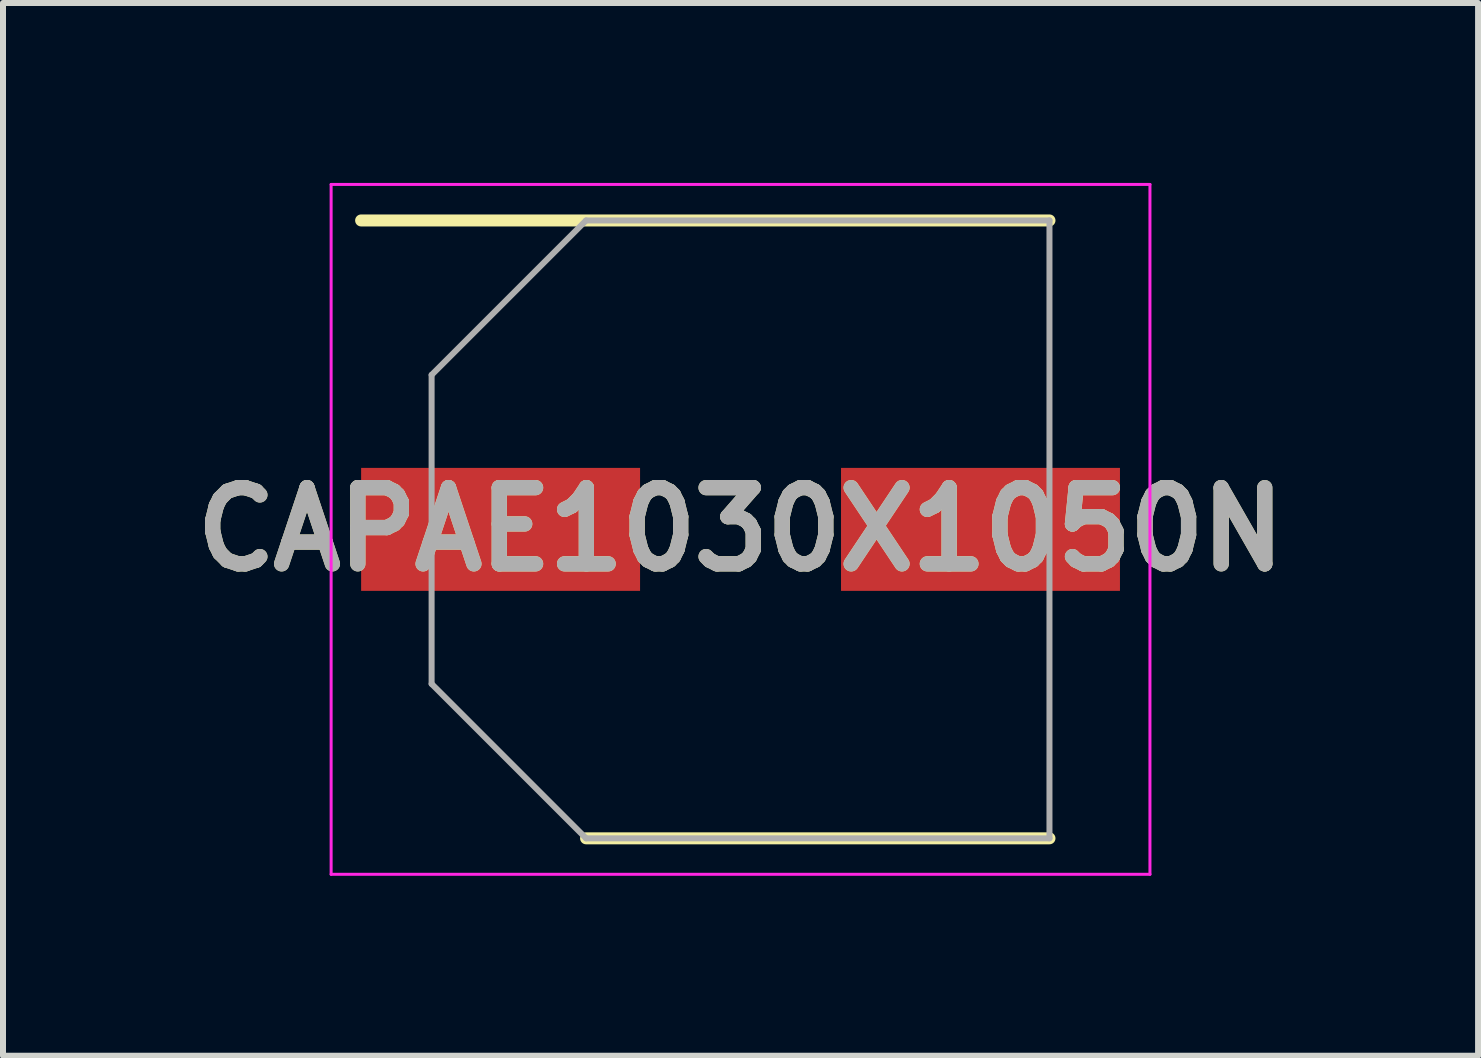
<source format=kicad_pcb>
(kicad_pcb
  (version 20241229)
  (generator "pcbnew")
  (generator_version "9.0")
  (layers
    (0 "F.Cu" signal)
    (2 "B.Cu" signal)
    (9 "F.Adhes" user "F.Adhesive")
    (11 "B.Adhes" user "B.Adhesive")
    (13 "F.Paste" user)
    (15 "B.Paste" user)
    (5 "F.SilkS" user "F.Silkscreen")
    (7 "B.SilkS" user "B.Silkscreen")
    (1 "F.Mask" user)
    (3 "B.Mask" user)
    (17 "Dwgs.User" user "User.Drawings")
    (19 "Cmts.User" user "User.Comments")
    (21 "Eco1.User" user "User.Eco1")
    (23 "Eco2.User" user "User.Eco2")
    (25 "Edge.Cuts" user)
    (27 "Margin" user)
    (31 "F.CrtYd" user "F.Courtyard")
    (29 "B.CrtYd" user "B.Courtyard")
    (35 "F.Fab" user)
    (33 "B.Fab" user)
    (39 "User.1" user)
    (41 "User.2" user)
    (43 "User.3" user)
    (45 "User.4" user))
  (footprint "CAPAE1030X1050N"
    (layer "F.Cu")
    (at 9.295 5.775)
    (property "Reference" "CAPAE1030X1050N" (at 0 0 0) (layer "F.SilkS") (effects (font (size 1.27 1.27) (thickness 0.254))))
    (attr smd)
    (fp_line (start -6.325 -5.15) (end 5.15 -5.15) (stroke (width 0.2) (type solid)) (layer "F.SilkS"))
    (fp_line (start -2.575 5.15) (end 5.15 5.15) (stroke (width 0.2) (type solid)) (layer "F.SilkS"))
    (fp_line (start -6.825 -5.75) (end 6.825 -5.75) (stroke (width 0.05) (type solid)) (layer "F.CrtYd"))
    (fp_line (start -6.825 5.75) (end -6.825 -5.75) (stroke (width 0.05) (type solid)) (layer "F.CrtYd"))
    (fp_line (start 6.825 -5.75) (end 6.825 5.75) (stroke (width 0.05) (type solid)) (layer "F.CrtYd"))
    (fp_line (start 6.825 5.75) (end -6.825 5.75) (stroke (width 0.05) (type solid)) (layer "F.CrtYd"))
    (fp_line (start -5.15 -2.575) (end -5.15 2.575) (stroke (width 0.1) (type solid)) (layer "F.Fab"))
    (fp_line (start -5.15 2.575) (end -2.575 5.15) (stroke (width 0.1) (type solid)) (layer "F.Fab"))
    (fp_line (start -2.575 -5.15) (end -5.15 -2.575) (stroke (width 0.1) (type solid)) (layer "F.Fab"))
    (fp_line (start -2.575 5.15) (end 5.15 5.15) (stroke (width 0.1) (type solid)) (layer "F.Fab"))
    (fp_line (start 5.15 -5.15) (end -2.575 -5.15) (stroke (width 0.1) (type solid)) (layer "F.Fab"))
    (fp_line (start 5.15 5.15) (end 5.15 -5.15) (stroke (width 0.1) (type solid)) (layer "F.Fab"))
    (fp_text user "${REFERENCE}" (at 0 0 0) (layer "F.Fab") (effects (font (size 1.27 1.27) (thickness 0.254))))
    (pad "1" smd rect (at -4 0 90) (size 2.05 4.65) (layers "F.Cu" "F.Mask" "F.Paste"))
    (pad "2" smd rect (at 4 0 90) (size 2.05 4.65) (layers "F.Cu" "F.Mask" "F.Paste")))
  (gr_rect
    (start -3 -3)
    (end 21.59 14.55)
    (stroke (width 0.1) (type default))
    (fill no)
    (layer "Edge.Cuts")))
</source>
